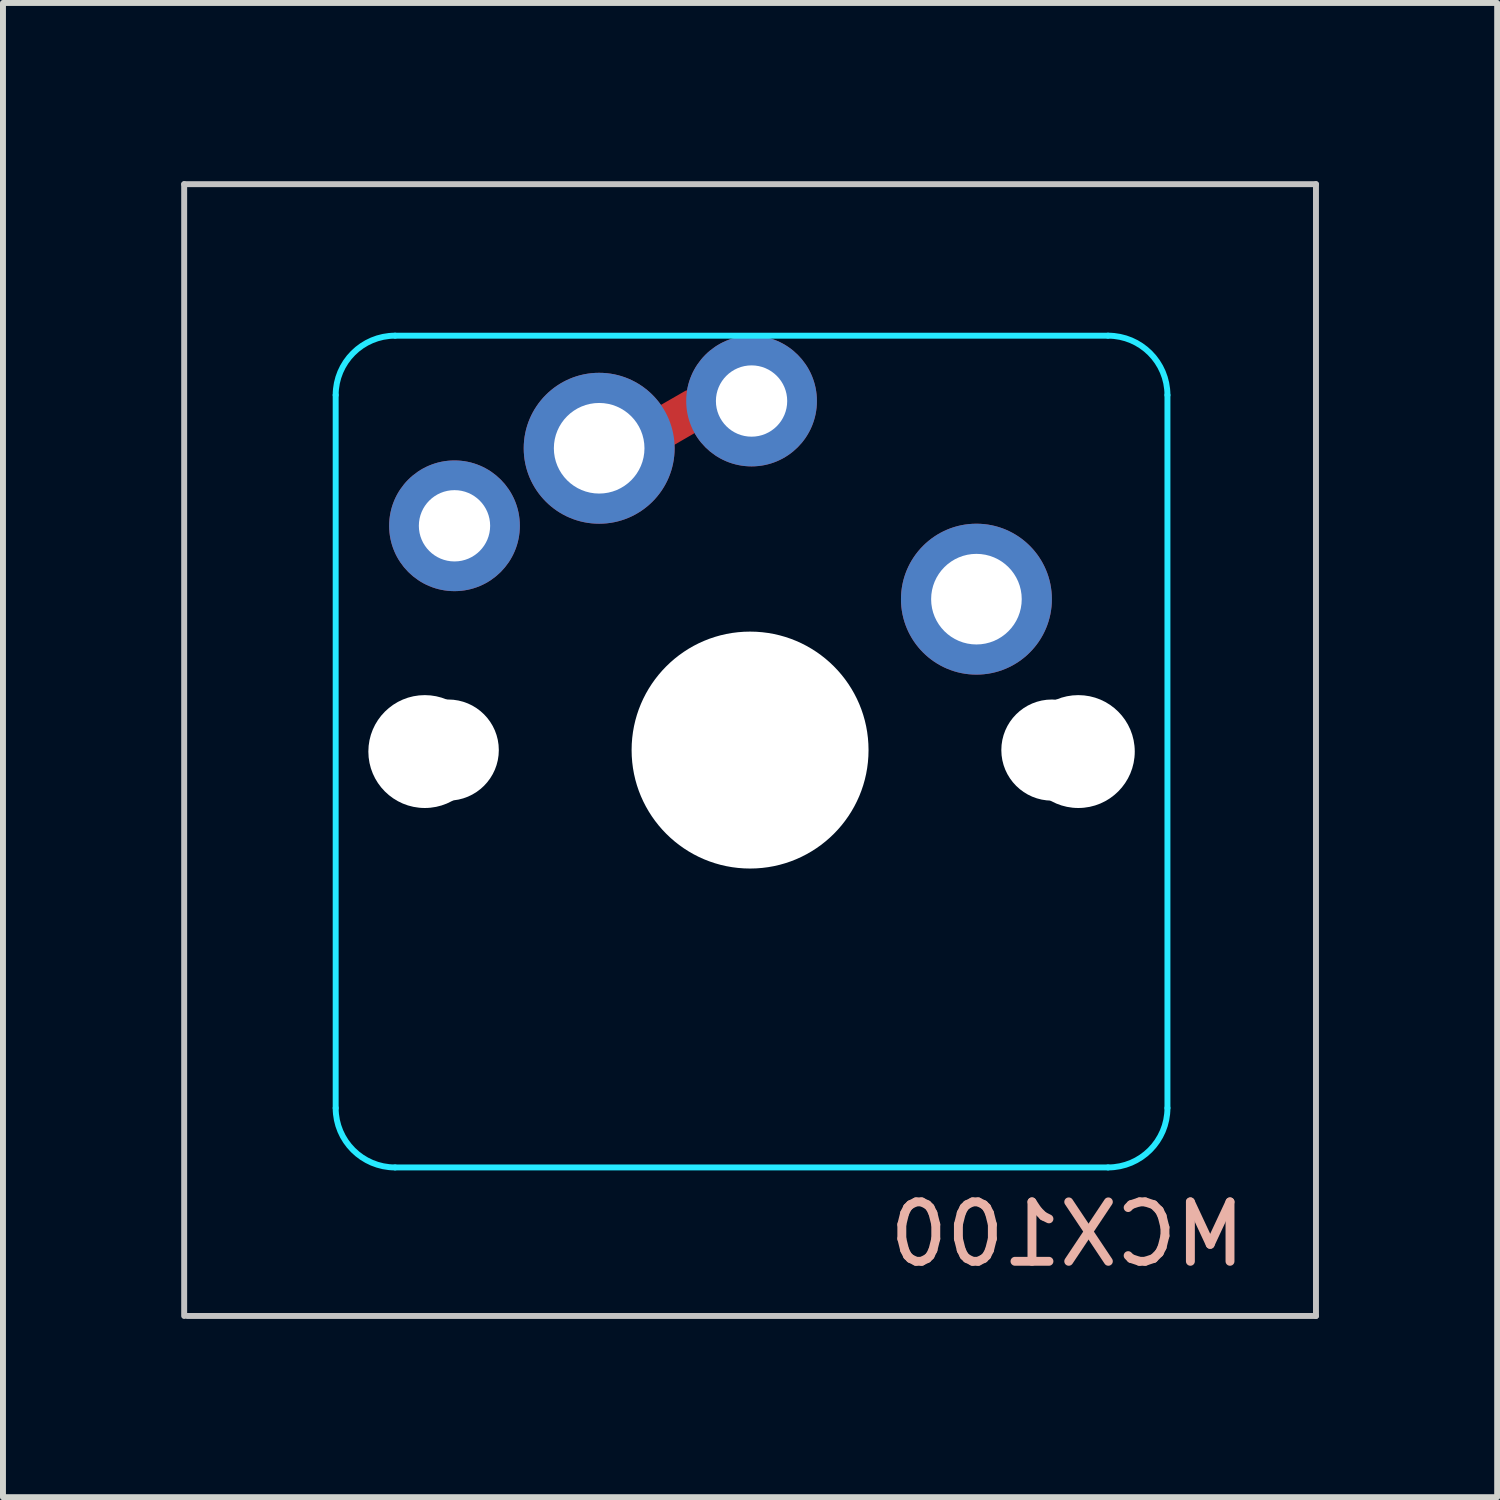
<source format=kicad_pcb>
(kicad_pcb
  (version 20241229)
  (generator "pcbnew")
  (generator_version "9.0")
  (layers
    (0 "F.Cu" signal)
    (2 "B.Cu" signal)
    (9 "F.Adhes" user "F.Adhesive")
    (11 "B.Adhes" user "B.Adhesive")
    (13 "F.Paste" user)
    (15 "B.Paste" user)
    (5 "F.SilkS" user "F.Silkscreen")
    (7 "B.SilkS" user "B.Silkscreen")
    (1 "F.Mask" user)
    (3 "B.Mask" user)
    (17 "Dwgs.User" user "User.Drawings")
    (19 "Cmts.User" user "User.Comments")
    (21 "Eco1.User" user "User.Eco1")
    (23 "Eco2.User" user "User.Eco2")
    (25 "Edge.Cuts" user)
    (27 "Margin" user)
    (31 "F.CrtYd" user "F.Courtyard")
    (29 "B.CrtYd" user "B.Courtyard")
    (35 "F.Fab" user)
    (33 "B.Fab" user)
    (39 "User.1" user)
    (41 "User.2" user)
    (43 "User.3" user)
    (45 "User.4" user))
  (footprint "MCX100"
    (layer "F.Cu")
    (at 9.575 9.575)
    (property "Reference" "MCX100" (at 5.34 8.15 0) (layer "B.SilkS") (effects (font (size 1 1) (thickness 0.15)) (justify mirror)))
    (attr through_hole)
    (fp_poly (pts (xy -1.69 -5.585) (xy -1.045 -5.957) (xy -0.96 -5.81) (xy -1.605 -5.438)) (stroke (width 0.2) (type solid)) (fill no) (layer "F.Cu"))
    (fp_poly (pts (xy -1.545 -5.294) (xy -0.9 -5.666) (xy -0.815 -5.519) (xy -1.46 -5.146)) (stroke (width 0.2) (type solid)) (fill no) (layer "F.Cu"))
    (fp_line (start -9.525 -9.525) (end 9.525 -9.525) (stroke (width 0.1) (type solid)) (layer "Dwgs.User"))
    (fp_line (start -9.525 9.525) (end -9.525 -9.525) (stroke (width 0.1) (type solid)) (layer "Dwgs.User"))
    (fp_line (start -9.475 9.525) (end 9.525 9.525) (stroke (width 0.1) (type solid)) (layer "Dwgs.User"))
    (fp_line (start 9.525 -9.525) (end 9.525 9.525) (stroke (width 0.1) (type solid)) (layer "Dwgs.User"))
    (fp_line (start -7 -6.5) (end -7 6.5) (stroke (width 0.1) (type solid)) (layer "Eco1.User"))
    (fp_line (start -6.5 7) (end 6.5 7) (stroke (width 0.1) (type solid)) (layer "Eco1.User"))
    (fp_line (start 6.5 -7) (end -6.5 -7) (stroke (width 0.1) (type solid)) (layer "Eco1.User"))
    (fp_line (start 7 6.5) (end 7 -6.5) (stroke (width 0.1) (type solid)) (layer "Eco1.User"))
    (fp_arc (start -7 -6.5) (mid -6.853553 -6.853553) (end -6.5 -7) (stroke (width 0.1) (type solid)) (layer "Eco1.User"))
    (fp_arc (start -6.5 7) (mid -6.853553 6.853553) (end -7 6.5) (stroke (width 0.1) (type solid)) (layer "Eco1.User"))
    (fp_arc (start 6.5 -7) (mid 6.853553 -6.853553) (end 7 -6.5) (stroke (width 0.1) (type solid)) (layer "Eco1.User"))
    (fp_arc (start 7 6.5) (mid 6.853553 6.853553) (end 6.5 7) (stroke (width 0.1) (type solid)) (layer "Eco1.User"))
    (fp_line (start -6.975 -5.975) (end -6.975 6.025) (stroke (width 0.1) (type solid)) (layer "B.CrtYd"))
    (fp_line (start -5.975 7.025) (end 6.025 7.025) (stroke (width 0.1) (type solid)) (layer "B.CrtYd"))
    (fp_line (start 6.025 -6.975) (end -5.975 -6.975) (stroke (width 0.1) (type solid)) (layer "B.CrtYd"))
    (fp_line (start 7.025 6.025) (end 7.025 -5.975) (stroke (width 0.1) (type solid)) (layer "B.CrtYd"))
    (fp_arc (start -6.975 -5.975) (mid -6.682107 -6.682107) (end -5.975 -6.975) (stroke (width 0.1) (type solid)) (layer "B.CrtYd"))
    (fp_arc (start -5.975 7.025) (mid -6.682107 6.732107) (end -6.975 6.025) (stroke (width 0.1) (type solid)) (layer "B.CrtYd"))
    (fp_arc (start 6.025 -6.975) (mid 6.732107 -6.682107) (end 7.025 -5.975) (stroke (width 0.1) (type solid)) (layer "B.CrtYd"))
    (fp_arc (start 7.025 6.025) (mid 6.732107 6.732107) (end 6.025 7.025) (stroke (width 0.1) (type solid)) (layer "B.CrtYd"))
    (pad "" np_thru_hole circle (at -5.475 0.025) (size 1.9 1.9) (drill 1.9) (layers "*.Cu" "*.Mask"))
    (pad "" np_thru_hole circle (at -5.08 0) (size 1.702 1.702) (drill 1.702) (layers "*.Cu" "*.Mask"))
    (pad "" np_thru_hole circle (at 0 0) (size 3.988 3.988) (drill 3.988) (layers "*.Cu" "*.Mask"))
    (pad "" np_thru_hole circle (at 0.025 0.025) (size 3.4 3.4) (drill 3.4) (layers "*.Cu" "*.Mask"))
    (pad "" np_thru_hole circle (at 5.08 0) (size 1.702 1.702) (drill 1.702) (layers "*.Cu" "*.Mask"))
    (pad "" np_thru_hole circle (at 5.525 0.025) (size 1.9 1.9) (drill 1.9) (layers "*.Cu" "*.Mask"))
    (pad "1" thru_hole circle (at -2.54 -5.08) (size 2.54 2.54) (drill 1.525) (layers "*.Cu" "*.Mask"))
    (pad "1" thru_hole circle (at 0.025 -5.875) (size 2.2 2.2) (drill 1.2) (layers "*.Cu" "*.Mask"))
    (pad "2" thru_hole circle (at -4.975 -3.775) (size 2.2 2.2) (drill 1.2) (layers "*.Cu" "*.Mask"))
    (pad "2" thru_hole circle (at 3.81 -2.54 90) (size 2.54 2.54) (drill 1.525) (layers "*.Cu" "*.Mask")))
  (gr_rect
    (start -3 -3)
    (end 22.15 22.15)
    (stroke (width 0.1) (type default))
    (fill no)
    (layer "Edge.Cuts")))
</source>
